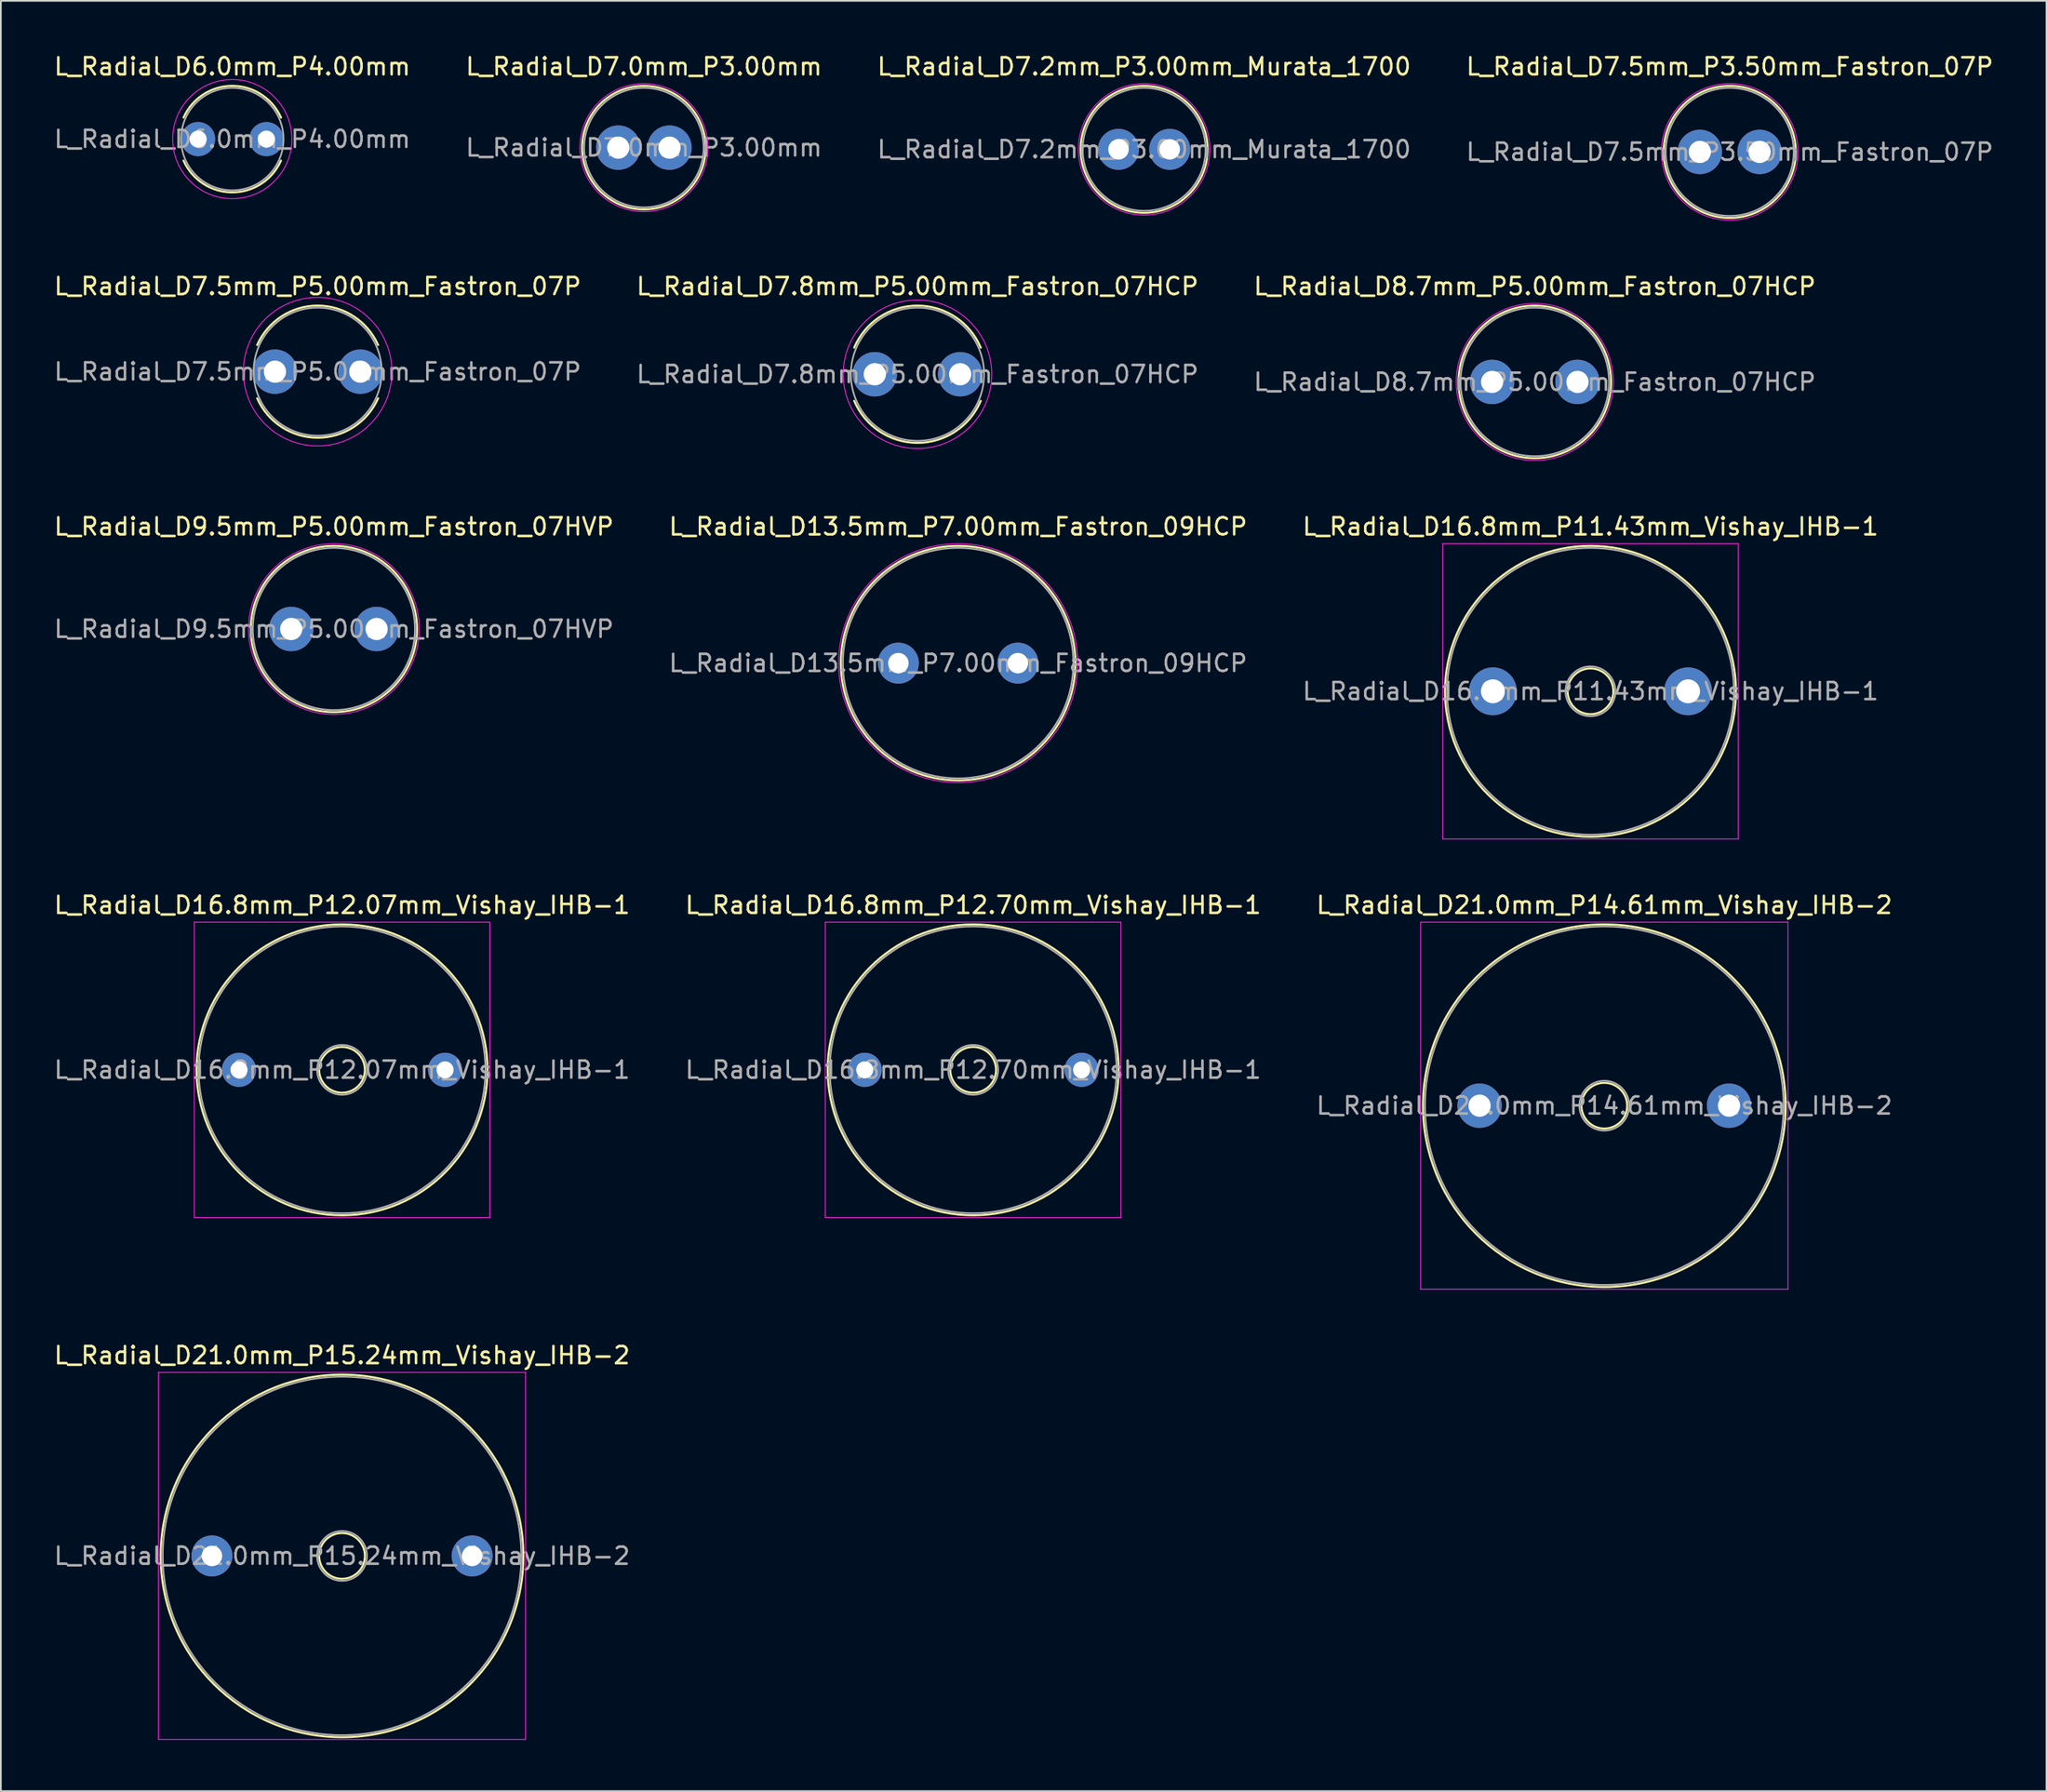
<source format=kicad_pcb>
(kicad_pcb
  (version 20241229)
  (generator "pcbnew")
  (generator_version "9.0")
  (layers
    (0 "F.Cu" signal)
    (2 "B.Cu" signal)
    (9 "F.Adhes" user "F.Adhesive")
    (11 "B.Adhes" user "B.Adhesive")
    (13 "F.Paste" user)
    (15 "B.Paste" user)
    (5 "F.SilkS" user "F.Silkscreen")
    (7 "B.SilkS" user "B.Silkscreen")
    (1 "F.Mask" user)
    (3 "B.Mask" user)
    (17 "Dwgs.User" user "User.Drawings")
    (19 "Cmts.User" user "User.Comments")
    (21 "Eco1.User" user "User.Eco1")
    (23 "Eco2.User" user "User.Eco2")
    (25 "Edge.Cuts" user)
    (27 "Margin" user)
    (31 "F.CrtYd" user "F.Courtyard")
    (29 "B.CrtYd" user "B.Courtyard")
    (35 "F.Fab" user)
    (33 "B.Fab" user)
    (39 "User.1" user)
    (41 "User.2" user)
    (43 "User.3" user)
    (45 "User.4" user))
  (footprint "L_Radial_D16.8mm_P12.70mm_Vishay_IHB-1"
    (layer "F.Cu")
    (at 47.596 59.618)
    (property "Reference" "L_Radial_D16.8mm_P12.70mm_Vishay_IHB-1" (at 6.35 -9.65 0) (layer "F.SilkS") (effects (font (size 1 1) (thickness 0.15))))
    (attr through_hole)
    (fp_circle (center 6.35 0) (end 7.69 0) (stroke (width 0.12) (type solid)) (fill no) (layer "F.SilkS"))
    (fp_circle (center 6.35 0) (end 14.87 0) (stroke (width 0.12) (type solid)) (fill no) (layer "F.SilkS"))
    (fp_line (start -2.31 -8.65) (end -2.31 8.65) (stroke (width 0.05) (type solid)) (layer "F.CrtYd"))
    (fp_line (start -2.31 8.65) (end 15 8.65) (stroke (width 0.05) (type solid)) (layer "F.CrtYd"))
    (fp_line (start 15 -8.65) (end -2.31 -8.65) (stroke (width 0.05) (type solid)) (layer "F.CrtYd"))
    (fp_line (start 15 8.65) (end 15 -8.65) (stroke (width 0.05) (type solid)) (layer "F.CrtYd"))
    (fp_circle (center 6.35 0) (end 7.81 0) (stroke (width 0.1) (type solid)) (fill no) (layer "F.Fab"))
    (fp_circle (center 6.35 0) (end 14.75 0) (stroke (width 0.1) (type solid)) (fill no) (layer "F.Fab"))
    (fp_text user "${REFERENCE}" (at 6.35 0 0) (layer "F.Fab") (effects (font (size 1 1) (thickness 0.15))))
    (pad "1" thru_hole circle (at 0 0) (size 2 2) (drill 1) (layers "*.Cu" "*.Mask"))
    (pad "2" thru_hole circle (at 12.7 0) (size 2 2) (drill 1) (layers "*.Cu" "*.Mask")))
  (footprint "L_Radial_D7.0mm_P3.00mm"
    (layer "F.Cu")
    (at 33.161 5.598)
    (property "Reference" "L_Radial_D7.0mm_P3.00mm" (at 1.5 -4.75 0) (layer "F.SilkS") (effects (font (size 1 1) (thickness 0.15))))
    (attr through_hole)
    (fp_circle (center 1.5 0) (end 5.12 0) (stroke (width 0.12) (type solid)) (fill no) (layer "F.SilkS"))
    (fp_circle (center 1.5 0) (end 5.25 0) (stroke (width 0.05) (type solid)) (fill no) (layer "F.CrtYd"))
    (fp_circle (center 1.5 0) (end 5 0) (stroke (width 0.1) (type solid)) (fill no) (layer "F.Fab"))
    (fp_text user "${REFERENCE}" (at 1.5 0 0) (layer "F.Fab") (effects (font (size 1 1) (thickness 0.15))))
    (pad "1" thru_hole circle (at 0 0) (size 2.6 2.6) (drill 1.3) (layers "*.Cu" "*.Mask"))
    (pad "2" thru_hole circle (at 3 0) (size 2.6 2.6) (drill 1.3) (layers "*.Cu" "*.Mask")))
  (footprint "L_Radial_D21.0mm_P15.24mm_Vishay_IHB-2"
    (layer "F.Cu")
    (at 9.362 88.091)
    (property "Reference" "L_Radial_D21.0mm_P15.24mm_Vishay_IHB-2" (at 7.62 -11.75 0) (layer "F.SilkS") (effects (font (size 1 1) (thickness 0.15))))
    (attr through_hole)
    (fp_circle (center 7.62 0) (end 8.96 0) (stroke (width 0.12) (type solid)) (fill no) (layer "F.SilkS"))
    (fp_circle (center 7.62 0) (end 18.24 0) (stroke (width 0.12) (type solid)) (fill no) (layer "F.SilkS"))
    (fp_line (start -3.13 -10.75) (end -3.13 10.75) (stroke (width 0.05) (type solid)) (layer "F.CrtYd"))
    (fp_line (start -3.13 10.75) (end 18.37 10.75) (stroke (width 0.05) (type solid)) (layer "F.CrtYd"))
    (fp_line (start 18.37 -10.75) (end -3.13 -10.75) (stroke (width 0.05) (type solid)) (layer "F.CrtYd"))
    (fp_line (start 18.37 10.75) (end 18.37 -10.75) (stroke (width 0.05) (type solid)) (layer "F.CrtYd"))
    (fp_circle (center 7.62 0) (end 9.08 0) (stroke (width 0.1) (type solid)) (fill no) (layer "F.Fab"))
    (fp_circle (center 7.62 0) (end 18.12 0) (stroke (width 0.1) (type solid)) (fill no) (layer "F.Fab"))
    (fp_text user "${REFERENCE}" (at 7.62 0 0) (layer "F.Fab") (effects (font (size 1 1) (thickness 0.15))))
    (pad "1" thru_hole circle (at 0 0) (size 2.4 2.4) (drill 1.2) (layers "*.Cu" "*.Mask"))
    (pad "2" thru_hole circle (at 15.24 0) (size 2.4 2.4) (drill 1.2) (layers "*.Cu" "*.Mask")))
  (footprint "L_Radial_D8.7mm_P5.00mm_Fastron_07HCP"
    (layer "F.Cu")
    (at 84.339 19.322)
    (property "Reference" "L_Radial_D8.7mm_P5.00mm_Fastron_07HCP" (at 2.5 -5.6 0) (layer "F.SilkS") (effects (font (size 1 1) (thickness 0.15))))
    (attr through_hole)
    (fp_circle (center 2.5 0) (end 6.97 0) (stroke (width 0.12) (type solid)) (fill no) (layer "F.SilkS"))
    (fp_circle (center 2.5 0) (end 7.1 0) (stroke (width 0.05) (type solid)) (fill no) (layer "F.CrtYd"))
    (fp_circle (center 2.5 0) (end 6.85 0) (stroke (width 0.1) (type solid)) (fill no) (layer "F.Fab"))
    (fp_text user "${REFERENCE}" (at 2.5 0 0) (layer "F.Fab") (effects (font (size 1 1) (thickness 0.15))))
    (pad "1" thru_hole circle (at 0 0) (size 2.6 2.6) (drill 1.3) (layers "*.Cu" "*.Mask"))
    (pad "2" thru_hole circle (at 5 0) (size 2.6 2.6) (drill 1.3) (layers "*.Cu" "*.Mask")))
  (footprint "L_Radial_D7.5mm_P3.50mm_Fastron_07P"
    (layer "F.Cu")
    (at 96.506 5.848)
    (property "Reference" "L_Radial_D7.5mm_P3.50mm_Fastron_07P" (at 1.75 -5 0) (layer "F.SilkS") (effects (font (size 1 1) (thickness 0.15))))
    (attr through_hole)
    (fp_circle (center 1.75 0) (end 5.62 0) (stroke (width 0.12) (type solid)) (fill no) (layer "F.SilkS"))
    (fp_circle (center 1.75 0) (end 5.75 0) (stroke (width 0.05) (type solid)) (fill no) (layer "F.CrtYd"))
    (fp_circle (center 1.75 0) (end 5.5 0) (stroke (width 0.1) (type solid)) (fill no) (layer "F.Fab"))
    (fp_text user "${REFERENCE}" (at 1.75 0 0) (layer "F.Fab") (effects (font (size 1 1) (thickness 0.15))))
    (pad "1" thru_hole circle (at 0 0) (size 2.6 2.6) (drill 1.3) (layers "*.Cu" "*.Mask"))
    (pad "2" thru_hole circle (at 3.5 0) (size 2.6 2.6) (drill 1.3) (layers "*.Cu" "*.Mask")))
  (footprint "L_Radial_D9.5mm_P5.00mm_Fastron_07HVP"
    (layer "F.Cu")
    (at 14.006 33.795)
    (property "Reference" "L_Radial_D9.5mm_P5.00mm_Fastron_07HVP" (at 2.5 -6 0) (layer "F.SilkS") (effects (font (size 1 1) (thickness 0.15))))
    (attr through_hole)
    (fp_circle (center 2.5 0) (end 7.37 0) (stroke (width 0.12) (type solid)) (fill no) (layer "F.SilkS"))
    (fp_circle (center 2.5 0) (end 7.5 0) (stroke (width 0.05) (type solid)) (fill no) (layer "F.CrtYd"))
    (fp_circle (center 2.5 0) (end 7.25 0) (stroke (width 0.1) (type solid)) (fill no) (layer "F.Fab"))
    (fp_text user "${REFERENCE}" (at 2.5 0 0) (layer "F.Fab") (effects (font (size 1 1) (thickness 0.15))))
    (pad "1" thru_hole circle (at 0 0) (size 2.6 2.6) (drill 1.3) (layers "*.Cu" "*.Mask"))
    (pad "2" thru_hole circle (at 5 0) (size 2.6 2.6) (drill 1.3) (layers "*.Cu" "*.Mask")))
  (footprint "L_Radial_D16.8mm_P11.43mm_Vishay_IHB-1"
    (layer "F.Cu")
    (at 84.386 37.445)
    (property "Reference" "L_Radial_D16.8mm_P11.43mm_Vishay_IHB-1" (at 5.715 -9.65 0) (layer "F.SilkS") (effects (font (size 1 1) (thickness 0.15))))
    (attr through_hole)
    (fp_circle (center 5.715 0) (end 7.055 0) (stroke (width 0.12) (type solid)) (fill no) (layer "F.SilkS"))
    (fp_circle (center 5.715 0) (end 14.235 0) (stroke (width 0.12) (type solid)) (fill no) (layer "F.SilkS"))
    (fp_line (start -2.94 -8.65) (end -2.94 8.65) (stroke (width 0.05) (type solid)) (layer "F.CrtYd"))
    (fp_line (start -2.94 8.65) (end 14.37 8.65) (stroke (width 0.05) (type solid)) (layer "F.CrtYd"))
    (fp_line (start 14.37 -8.65) (end -2.94 -8.65) (stroke (width 0.05) (type solid)) (layer "F.CrtYd"))
    (fp_line (start 14.37 8.65) (end 14.37 -8.65) (stroke (width 0.05) (type solid)) (layer "F.CrtYd"))
    (fp_circle (center 5.715 0) (end 7.175 0) (stroke (width 0.1) (type solid)) (fill no) (layer "F.Fab"))
    (fp_circle (center 5.715 0) (end 14.115 0) (stroke (width 0.1) (type solid)) (fill no) (layer "F.Fab"))
    (fp_text user "${REFERENCE}" (at 5.715 0 0) (layer "F.Fab") (effects (font (size 1 1) (thickness 0.15))))
    (pad "1" thru_hole circle (at 0 0) (size 2.8 2.8) (drill 1.4) (layers "*.Cu" "*.Mask"))
    (pad "2" thru_hole circle (at 11.43 0) (size 2.8 2.8) (drill 1.4) (layers "*.Cu" "*.Mask")))
  (footprint "L_Radial_D21.0mm_P14.61mm_Vishay_IHB-2"
    (layer "F.Cu")
    (at 83.606 61.718)
    (property "Reference" "L_Radial_D21.0mm_P14.61mm_Vishay_IHB-2" (at 7.305 -11.75 0) (layer "F.SilkS") (effects (font (size 1 1) (thickness 0.15))))
    (attr through_hole)
    (fp_circle (center 7.305 0) (end 8.645 0) (stroke (width 0.12) (type solid)) (fill no) (layer "F.SilkS"))
    (fp_circle (center 7.305 0) (end 17.925 0) (stroke (width 0.12) (type solid)) (fill no) (layer "F.SilkS"))
    (fp_line (start -3.45 -10.75) (end -3.45 10.75) (stroke (width 0.05) (type solid)) (layer "F.CrtYd"))
    (fp_line (start -3.45 10.75) (end 18.06 10.75) (stroke (width 0.05) (type solid)) (layer "F.CrtYd"))
    (fp_line (start 18.06 -10.75) (end -3.45 -10.75) (stroke (width 0.05) (type solid)) (layer "F.CrtYd"))
    (fp_line (start 18.06 10.75) (end 18.06 -10.75) (stroke (width 0.05) (type solid)) (layer "F.CrtYd"))
    (fp_circle (center 7.305 0) (end 8.765 0) (stroke (width 0.1) (type solid)) (fill no) (layer "F.Fab"))
    (fp_circle (center 7.305 0) (end 17.805 0) (stroke (width 0.1) (type solid)) (fill no) (layer "F.Fab"))
    (fp_text user "${REFERENCE}" (at 7.305 0 0) (layer "F.Fab") (effects (font (size 1 1) (thickness 0.15))))
    (pad "1" thru_hole circle (at 0 0) (size 2.6 2.6) (drill 1.3) (layers "*.Cu" "*.Mask"))
    (pad "2" thru_hole circle (at 14.61 0) (size 2.6 2.6) (drill 1.3) (layers "*.Cu" "*.Mask")))
  (footprint "L_Radial_D7.5mm_P5.00mm_Fastron_07P"
    (layer "F.Cu")
    (at 13.054 18.721)
    (property "Reference" "L_Radial_D7.5mm_P5.00mm_Fastron_07P" (at 2.5 -5 0) (layer "F.SilkS") (effects (font (size 1 1) (thickness 0.15))))
    (attr through_hole)
    (fp_arc (start -1.041652 -1.56) (mid 2.5 -3.87) (end 6.041652 -1.56) (stroke (width 0.12) (type solid)) (layer "F.SilkS"))
    (fp_arc (start 6.041652 1.56) (mid 2.5 3.87) (end -1.041652 1.56) (stroke (width 0.12) (type solid)) (layer "F.SilkS"))
    (fp_circle (center 2.5 0) (end 6.85 0) (stroke (width 0.05) (type solid)) (fill no) (layer "F.CrtYd"))
    (fp_circle (center 2.5 0) (end 6.25 0) (stroke (width 0.1) (type solid)) (fill no) (layer "F.Fab"))
    (fp_text user "${REFERENCE}" (at 2.5 0 0) (layer "F.Fab") (effects (font (size 1 1) (thickness 0.15))))
    (pad "1" thru_hole circle (at 0 0) (size 2.6 2.6) (drill 1.3) (layers "*.Cu" "*.Mask"))
    (pad "2" thru_hole circle (at 5 0) (size 2.6 2.6) (drill 1.3) (layers "*.Cu" "*.Mask")))
  (footprint "L_Radial_D6.0mm_P4.00mm"
    (layer "F.Cu")
    (at 8.554 5.098)
    (property "Reference" "L_Radial_D6.0mm_P4.00mm" (at 2 -4.25 0) (layer "F.SilkS") (effects (font (size 1 1) (thickness 0.15))))
    (attr through_hole)
    (fp_arc (start -0.85426 -1.26) (mid 2 -3.12) (end 4.85426 -1.26) (stroke (width 0.12) (type solid)) (layer "F.SilkS"))
    (fp_arc (start 4.85426 1.26) (mid 2 3.12) (end -0.85426 1.26) (stroke (width 0.12) (type solid)) (layer "F.SilkS"))
    (fp_circle (center 2 0) (end 5.49 0) (stroke (width 0.05) (type solid)) (fill no) (layer "F.CrtYd"))
    (fp_circle (center 2 0) (end 5 0) (stroke (width 0.1) (type solid)) (fill no) (layer "F.Fab"))
    (fp_text user "${REFERENCE}" (at 2 0 0) (layer "F.Fab") (effects (font (size 1 1) (thickness 0.15))))
    (pad "1" thru_hole circle (at 0 0) (size 2 2) (drill 1) (layers "*.Cu" "*.Mask"))
    (pad "2" thru_hole circle (at 4 0) (size 2 2) (drill 1) (layers "*.Cu" "*.Mask")))
  (footprint "L_Radial_D7.2mm_P3.00mm_Murata_1700"
    (layer "F.Cu")
    (at 62.458 5.698)
    (property "Reference" "L_Radial_D7.2mm_P3.00mm_Murata_1700" (at 1.5 -4.85 0) (layer "F.SilkS") (effects (font (size 1 1) (thickness 0.15))))
    (attr through_hole)
    (fp_circle (center 1.5 0) (end 5.22 0) (stroke (width 0.12) (type solid)) (fill no) (layer "F.SilkS"))
    (fp_circle (center 1.5 0) (end 5.35 0) (stroke (width 0.05) (type solid)) (fill no) (layer "F.CrtYd"))
    (fp_circle (center 1.5 0) (end 5.1 0) (stroke (width 0.1) (type solid)) (fill no) (layer "F.Fab"))
    (fp_text user "${REFERENCE}" (at 1.5 0 0) (layer "F.Fab") (effects (font (size 1 1) (thickness 0.15))))
    (pad "1" thru_hole circle (at 0 0) (size 2.4 2.4) (drill 1.2) (layers "*.Cu" "*.Mask"))
    (pad "2" thru_hole circle (at 3 0) (size 2.4 2.4) (drill 1.2) (layers "*.Cu" "*.Mask")))
  (footprint "L_Radial_D13.5mm_P7.00mm_Fastron_09HCP"
    (layer "F.Cu")
    (at 49.565 35.795)
    (property "Reference" "L_Radial_D13.5mm_P7.00mm_Fastron_09HCP" (at 3.5 -8 0) (layer "F.SilkS") (effects (font (size 1 1) (thickness 0.15))))
    (attr through_hole)
    (fp_circle (center 3.5 0) (end 10.37 0) (stroke (width 0.12) (type solid)) (fill no) (layer "F.SilkS"))
    (fp_circle (center 3.5 0) (end 10.5 0) (stroke (width 0.05) (type solid)) (fill no) (layer "F.CrtYd"))
    (fp_circle (center 3.5 0) (end 10.25 0) (stroke (width 0.1) (type solid)) (fill no) (layer "F.Fab"))
    (fp_text user "${REFERENCE}" (at 3.5 0 0) (layer "F.Fab") (effects (font (size 1 1) (thickness 0.15))))
    (pad "1" thru_hole circle (at 0 0) (size 2.4 2.4) (drill 1.2) (layers "*.Cu" "*.Mask"))
    (pad "2" thru_hole circle (at 7 0) (size 2.4 2.4) (drill 1.2) (layers "*.Cu" "*.Mask")))
  (footprint "L_Radial_D7.8mm_P5.00mm_Fastron_07HCP"
    (layer "F.Cu")
    (at 48.185 18.872)
    (property "Reference" "L_Radial_D7.8mm_P5.00mm_Fastron_07HCP" (at 2.5 -5.15 0) (layer "F.SilkS") (effects (font (size 1 1) (thickness 0.15))))
    (attr through_hole)
    (fp_arc (start -1.20497 -1.56) (mid 2.5 -4.02) (end 6.20497 -1.56) (stroke (width 0.12) (type solid)) (layer "F.SilkS"))
    (fp_arc (start 6.20497 1.56) (mid 2.5 4.02) (end -1.20497 1.56) (stroke (width 0.12) (type solid)) (layer "F.SilkS"))
    (fp_circle (center 2.5 0) (end 6.85 0) (stroke (width 0.05) (type solid)) (fill no) (layer "F.CrtYd"))
    (fp_circle (center 2.5 0) (end 6.4 0) (stroke (width 0.1) (type solid)) (fill no) (layer "F.Fab"))
    (fp_text user "${REFERENCE}" (at 2.5 0 0) (layer "F.Fab") (effects (font (size 1 1) (thickness 0.15))))
    (pad "1" thru_hole circle (at 0 0) (size 2.6 2.6) (drill 1.3) (layers "*.Cu" "*.Mask"))
    (pad "2" thru_hole circle (at 5 0) (size 2.6 2.6) (drill 1.3) (layers "*.Cu" "*.Mask")))
  (footprint "L_Radial_D16.8mm_P12.07mm_Vishay_IHB-1"
    (layer "F.Cu")
    (at 10.947 59.618)
    (property "Reference" "L_Radial_D16.8mm_P12.07mm_Vishay_IHB-1" (at 6.035 -9.65 0) (layer "F.SilkS") (effects (font (size 1 1) (thickness 0.15))))
    (attr through_hole)
    (fp_circle (center 6.035 0) (end 7.375 0) (stroke (width 0.12) (type solid)) (fill no) (layer "F.SilkS"))
    (fp_circle (center 6.035 0) (end 14.555 0) (stroke (width 0.12) (type solid)) (fill no) (layer "F.SilkS"))
    (fp_line (start -2.62 -8.65) (end -2.62 8.65) (stroke (width 0.05) (type solid)) (layer "F.CrtYd"))
    (fp_line (start -2.62 8.65) (end 14.69 8.65) (stroke (width 0.05) (type solid)) (layer "F.CrtYd"))
    (fp_line (start 14.69 -8.65) (end -2.62 -8.65) (stroke (width 0.05) (type solid)) (layer "F.CrtYd"))
    (fp_line (start 14.69 8.65) (end 14.69 -8.65) (stroke (width 0.05) (type solid)) (layer "F.CrtYd"))
    (fp_circle (center 6.035 0) (end 7.495 0) (stroke (width 0.1) (type solid)) (fill no) (layer "F.Fab"))
    (fp_circle (center 6.035 0) (end 14.435 0) (stroke (width 0.1) (type solid)) (fill no) (layer "F.Fab"))
    (fp_text user "${REFERENCE}" (at 6.035 0 0) (layer "F.Fab") (effects (font (size 1 1) (thickness 0.15))))
    (pad "1" thru_hole circle (at 0 0) (size 2 2) (drill 1) (layers "*.Cu" "*.Mask"))
    (pad "2" thru_hole circle (at 12.07 0) (size 2 2) (drill 1) (layers "*.Cu" "*.Mask")))
  (gr_rect
    (start -3 -3)
    (end 116.81 101.866)
    (stroke (width 0.1) (type default))
    (fill no)
    (layer "Edge.Cuts")))
</source>
